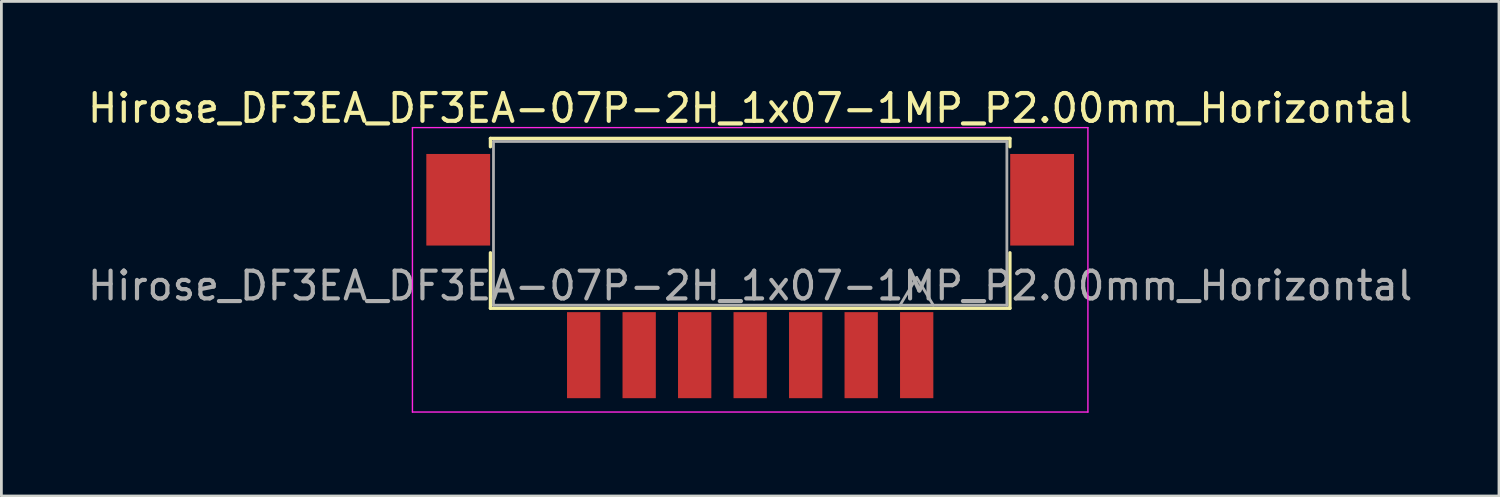
<source format=kicad_pcb>
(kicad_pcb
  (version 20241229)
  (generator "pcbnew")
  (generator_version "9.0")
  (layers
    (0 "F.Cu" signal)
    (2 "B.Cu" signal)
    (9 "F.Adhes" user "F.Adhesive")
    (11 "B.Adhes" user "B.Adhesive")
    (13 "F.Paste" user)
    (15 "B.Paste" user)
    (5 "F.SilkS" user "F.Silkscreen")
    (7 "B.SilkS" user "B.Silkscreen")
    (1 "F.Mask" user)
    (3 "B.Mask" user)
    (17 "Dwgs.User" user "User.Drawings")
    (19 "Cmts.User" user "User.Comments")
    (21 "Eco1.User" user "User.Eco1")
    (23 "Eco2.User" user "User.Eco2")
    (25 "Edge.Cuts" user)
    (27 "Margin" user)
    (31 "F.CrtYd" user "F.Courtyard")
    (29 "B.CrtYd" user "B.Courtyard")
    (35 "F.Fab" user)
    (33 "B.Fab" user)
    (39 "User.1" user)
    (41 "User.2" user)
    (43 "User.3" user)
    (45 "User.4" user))
  (footprint "Hirose_DF3EA_DF3EA-07P-2H_1x07-1MP_P2.00mm_Horizontal"
    (layer "F.Cu")
    (at 23.982 8.198)
    (property "Reference" "Hirose_DF3EA_DF3EA-07P-2H_1x07-1MP_P2.00mm_Horizontal" (at 0 -7.35 0) (layer "F.SilkS") (effects (font (size 1 1) (thickness 0.15))))
    (attr smd)
    (fp_line (start -9.36 -6.26) (end 9.36 -6.26) (stroke (width 0.12) (type solid)) (layer "F.SilkS"))
    (fp_line (start -9.36 -5.96) (end -9.36 -6.26) (stroke (width 0.12) (type solid)) (layer "F.SilkS"))
    (fp_line (start -9.36 -2.14) (end -9.36 -0.14) (stroke (width 0.12) (type solid)) (layer "F.SilkS"))
    (fp_line (start -9.36 -0.14) (end 9.36 -0.14) (stroke (width 0.12) (type solid)) (layer "F.SilkS"))
    (fp_line (start 9.36 -6.26) (end 9.36 -5.96) (stroke (width 0.12) (type solid)) (layer "F.SilkS"))
    (fp_line (start 9.36 -0.14) (end 9.36 -2.14) (stroke (width 0.12) (type solid)) (layer "F.SilkS"))
    (fp_line (start -12.17 -6.65) (end 12.17 -6.65) (stroke (width 0.05) (type solid)) (layer "F.CrtYd"))
    (fp_line (start -12.17 3.6) (end -12.17 -6.65) (stroke (width 0.05) (type solid)) (layer "F.CrtYd"))
    (fp_line (start 12.17 -6.65) (end 12.17 3.6) (stroke (width 0.05) (type solid)) (layer "F.CrtYd"))
    (fp_line (start 12.17 3.6) (end -12.17 3.6) (stroke (width 0.05) (type solid)) (layer "F.CrtYd"))
    (fp_line (start -9.25 -6.15) (end 9.25 -6.15) (stroke (width 0.1) (type solid)) (layer "F.Fab"))
    (fp_line (start -9.25 -0.25) (end -9.25 -6.15) (stroke (width 0.1) (type solid)) (layer "F.Fab"))
    (fp_line (start 5.4 -0.25) (end 6 -1.25) (stroke (width 0.1) (type solid)) (layer "F.Fab"))
    (fp_line (start 6 -1.25) (end 6.6 -0.25) (stroke (width 0.1) (type solid)) (layer "F.Fab"))
    (fp_line (start 9.25 -6.15) (end 9.25 -0.25) (stroke (width 0.1) (type solid)) (layer "F.Fab"))
    (fp_line (start 9.25 -0.25) (end -9.25 -0.25) (stroke (width 0.1) (type solid)) (layer "F.Fab"))
    (fp_text user "${REFERENCE}" (at 0 -0.95 0) (layer "F.Fab") (effects (font (size 1 1) (thickness 0.15))))
    (pad "" smd rect (at -10.52 -4.05) (size 2.3 3.3) (layers "F.Cu" "F.Mask" "F.Paste"))
    (pad "" smd rect (at 10.52 -4.05) (size 2.3 3.3) (layers "F.Cu" "F.Mask" "F.Paste"))
    (pad "1" smd rect (at 6 1.55) (size 1.2 3.1) (layers "F.Cu" "F.Mask" "F.Paste"))
    (pad "2" smd rect (at 4 1.55) (size 1.2 3.1) (layers "F.Cu" "F.Mask" "F.Paste"))
    (pad "3" smd rect (at 2 1.55) (size 1.2 3.1) (layers "F.Cu" "F.Mask" "F.Paste"))
    (pad "4" smd rect (at 0 1.55) (size 1.2 3.1) (layers "F.Cu" "F.Mask" "F.Paste"))
    (pad "5" smd rect (at -2 1.55) (size 1.2 3.1) (layers "F.Cu" "F.Mask" "F.Paste"))
    (pad "6" smd rect (at -4 1.55) (size 1.2 3.1) (layers "F.Cu" "F.Mask" "F.Paste"))
    (pad "7" smd rect (at -6 1.55) (size 1.2 3.1) (layers "F.Cu" "F.Mask" "F.Paste")))
  (gr_rect
    (start -3 -3)
    (end 50.964 14.823)
    (stroke (width 0.1) (type default))
    (fill no)
    (layer "Edge.Cuts")))
</source>
